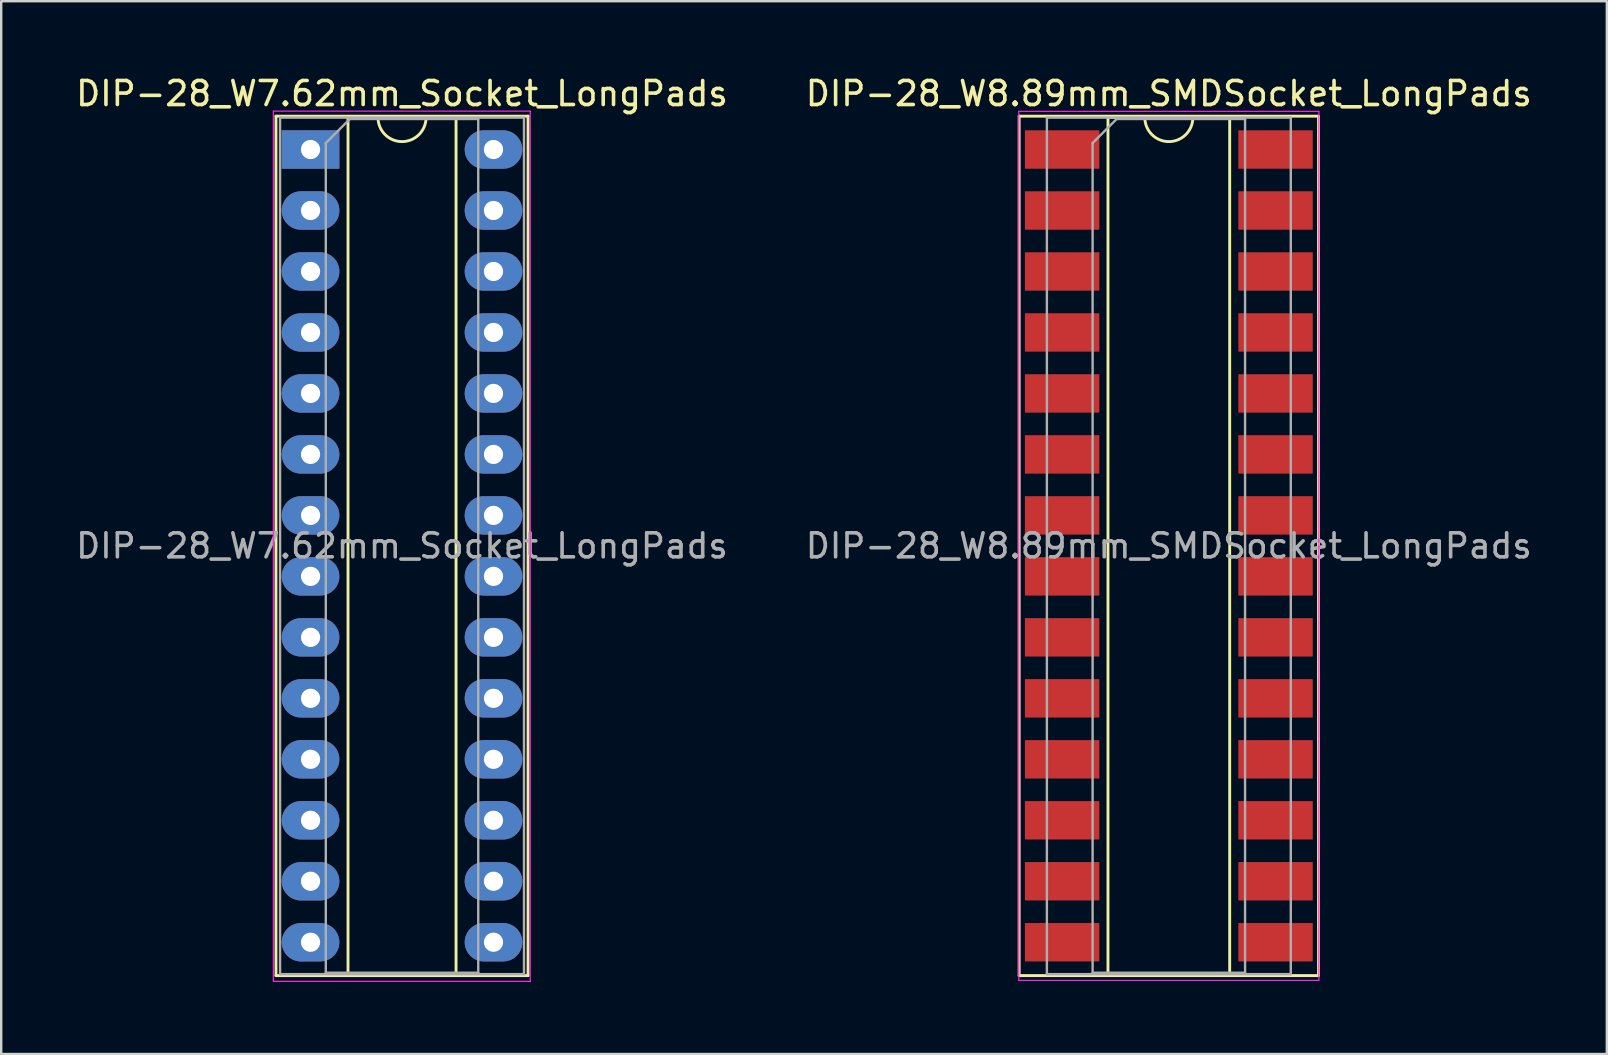
<source format=kicad_pcb>
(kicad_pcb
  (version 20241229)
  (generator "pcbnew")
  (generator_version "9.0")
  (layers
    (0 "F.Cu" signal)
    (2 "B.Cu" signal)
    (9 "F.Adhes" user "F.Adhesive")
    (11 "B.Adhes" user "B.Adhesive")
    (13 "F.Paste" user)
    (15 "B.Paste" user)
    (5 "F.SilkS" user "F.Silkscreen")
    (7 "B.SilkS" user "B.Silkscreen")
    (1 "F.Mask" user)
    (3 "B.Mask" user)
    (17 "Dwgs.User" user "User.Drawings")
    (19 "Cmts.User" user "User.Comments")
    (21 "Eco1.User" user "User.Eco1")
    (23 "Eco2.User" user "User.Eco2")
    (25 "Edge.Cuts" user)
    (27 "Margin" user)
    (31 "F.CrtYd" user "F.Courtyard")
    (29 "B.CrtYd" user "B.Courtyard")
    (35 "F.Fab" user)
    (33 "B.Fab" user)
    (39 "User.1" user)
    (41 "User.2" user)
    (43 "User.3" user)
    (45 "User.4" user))
  (footprint "DIP-28_W7.62mm_Socket_LongPads"
    (layer "F.Cu")
    (at 9.886 3.178)
    (property "Reference" "DIP-28_W7.62mm_Socket_LongPads" (at 3.81 -2.33 0) (layer "F.SilkS") (effects (font (size 1 1) (thickness 0.15))))
    (attr through_hole)
    (fp_line (start -1.44 -1.39) (end -1.44 34.41) (stroke (width 0.12) (type solid)) (layer "F.SilkS"))
    (fp_line (start -1.44 34.41) (end 9.06 34.41) (stroke (width 0.12) (type solid)) (layer "F.SilkS"))
    (fp_line (start 1.56 -1.33) (end 1.56 34.35) (stroke (width 0.12) (type solid)) (layer "F.SilkS"))
    (fp_line (start 1.56 34.35) (end 6.06 34.35) (stroke (width 0.12) (type solid)) (layer "F.SilkS"))
    (fp_line (start 2.81 -1.33) (end 1.56 -1.33) (stroke (width 0.12) (type solid)) (layer "F.SilkS"))
    (fp_line (start 6.06 -1.33) (end 4.81 -1.33) (stroke (width 0.12) (type solid)) (layer "F.SilkS"))
    (fp_line (start 6.06 34.35) (end 6.06 -1.33) (stroke (width 0.12) (type solid)) (layer "F.SilkS"))
    (fp_line (start 9.06 -1.39) (end -1.44 -1.39) (stroke (width 0.12) (type solid)) (layer "F.SilkS"))
    (fp_line (start 9.06 34.41) (end 9.06 -1.39) (stroke (width 0.12) (type solid)) (layer "F.SilkS"))
    (fp_arc (start 4.81 -1.33) (mid 3.81 -0.33) (end 2.81 -1.33) (stroke (width 0.12) (type solid)) (layer "F.SilkS"))
    (fp_line (start -1.55 -1.6) (end -1.55 34.65) (stroke (width 0.05) (type solid)) (layer "F.CrtYd"))
    (fp_line (start -1.55 34.65) (end 9.15 34.65) (stroke (width 0.05) (type solid)) (layer "F.CrtYd"))
    (fp_line (start 9.15 -1.6) (end -1.55 -1.6) (stroke (width 0.05) (type solid)) (layer "F.CrtYd"))
    (fp_line (start 9.15 34.65) (end 9.15 -1.6) (stroke (width 0.05) (type solid)) (layer "F.CrtYd"))
    (fp_line (start -1.27 -1.33) (end -1.27 34.35) (stroke (width 0.1) (type solid)) (layer "F.Fab"))
    (fp_line (start -1.27 34.35) (end 8.89 34.35) (stroke (width 0.1) (type solid)) (layer "F.Fab"))
    (fp_line (start 0.635 -0.27) (end 1.635 -1.27) (stroke (width 0.1) (type solid)) (layer "F.Fab"))
    (fp_line (start 0.635 34.29) (end 0.635 -0.27) (stroke (width 0.1) (type solid)) (layer "F.Fab"))
    (fp_line (start 1.635 -1.27) (end 6.985 -1.27) (stroke (width 0.1) (type solid)) (layer "F.Fab"))
    (fp_line (start 6.985 -1.27) (end 6.985 34.29) (stroke (width 0.1) (type solid)) (layer "F.Fab"))
    (fp_line (start 6.985 34.29) (end 0.635 34.29) (stroke (width 0.1) (type solid)) (layer "F.Fab"))
    (fp_line (start 8.89 -1.33) (end -1.27 -1.33) (stroke (width 0.1) (type solid)) (layer "F.Fab"))
    (fp_line (start 8.89 34.35) (end 8.89 -1.33) (stroke (width 0.1) (type solid)) (layer "F.Fab"))
    (fp_text user "${REFERENCE}" (at 3.81 16.51 0) (layer "F.Fab") (effects (font (size 1 1) (thickness 0.15))))
    (pad "1" thru_hole rect (at 0 0) (size 2.4 1.6) (drill 0.8) (layers "*.Cu" "*.Mask"))
    (pad "2" thru_hole oval (at 0 2.54) (size 2.4 1.6) (drill 0.8) (layers "*.Cu" "*.Mask"))
    (pad "3" thru_hole oval (at 0 5.08) (size 2.4 1.6) (drill 0.8) (layers "*.Cu" "*.Mask"))
    (pad "4" thru_hole oval (at 0 7.62) (size 2.4 1.6) (drill 0.8) (layers "*.Cu" "*.Mask"))
    (pad "5" thru_hole oval (at 0 10.16) (size 2.4 1.6) (drill 0.8) (layers "*.Cu" "*.Mask"))
    (pad "6" thru_hole oval (at 0 12.7) (size 2.4 1.6) (drill 0.8) (layers "*.Cu" "*.Mask"))
    (pad "7" thru_hole oval (at 0 15.24) (size 2.4 1.6) (drill 0.8) (layers "*.Cu" "*.Mask"))
    (pad "8" thru_hole oval (at 0 17.78) (size 2.4 1.6) (drill 0.8) (layers "*.Cu" "*.Mask"))
    (pad "9" thru_hole oval (at 0 20.32) (size 2.4 1.6) (drill 0.8) (layers "*.Cu" "*.Mask"))
    (pad "10" thru_hole oval (at 0 22.86) (size 2.4 1.6) (drill 0.8) (layers "*.Cu" "*.Mask"))
    (pad "11" thru_hole oval (at 0 25.4) (size 2.4 1.6) (drill 0.8) (layers "*.Cu" "*.Mask"))
    (pad "12" thru_hole oval (at 0 27.94) (size 2.4 1.6) (drill 0.8) (layers "*.Cu" "*.Mask"))
    (pad "13" thru_hole oval (at 0 30.48) (size 2.4 1.6) (drill 0.8) (layers "*.Cu" "*.Mask"))
    (pad "14" thru_hole oval (at 0 33.02) (size 2.4 1.6) (drill 0.8) (layers "*.Cu" "*.Mask"))
    (pad "15" thru_hole oval (at 7.62 33.02) (size 2.4 1.6) (drill 0.8) (layers "*.Cu" "*.Mask"))
    (pad "16" thru_hole oval (at 7.62 30.48) (size 2.4 1.6) (drill 0.8) (layers "*.Cu" "*.Mask"))
    (pad "17" thru_hole oval (at 7.62 27.94) (size 2.4 1.6) (drill 0.8) (layers "*.Cu" "*.Mask"))
    (pad "18" thru_hole oval (at 7.62 25.4) (size 2.4 1.6) (drill 0.8) (layers "*.Cu" "*.Mask"))
    (pad "19" thru_hole oval (at 7.62 22.86) (size 2.4 1.6) (drill 0.8) (layers "*.Cu" "*.Mask"))
    (pad "20" thru_hole oval (at 7.62 20.32) (size 2.4 1.6) (drill 0.8) (layers "*.Cu" "*.Mask"))
    (pad "21" thru_hole oval (at 7.62 17.78) (size 2.4 1.6) (drill 0.8) (layers "*.Cu" "*.Mask"))
    (pad "22" thru_hole oval (at 7.62 15.24) (size 2.4 1.6) (drill 0.8) (layers "*.Cu" "*.Mask"))
    (pad "23" thru_hole oval (at 7.62 12.7) (size 2.4 1.6) (drill 0.8) (layers "*.Cu" "*.Mask"))
    (pad "24" thru_hole oval (at 7.62 10.16) (size 2.4 1.6) (drill 0.8) (layers "*.Cu" "*.Mask"))
    (pad "25" thru_hole oval (at 7.62 7.62) (size 2.4 1.6) (drill 0.8) (layers "*.Cu" "*.Mask"))
    (pad "26" thru_hole oval (at 7.62 5.08) (size 2.4 1.6) (drill 0.8) (layers "*.Cu" "*.Mask"))
    (pad "27" thru_hole oval (at 7.62 2.54) (size 2.4 1.6) (drill 0.8) (layers "*.Cu" "*.Mask"))
    (pad "28" thru_hole oval (at 7.62 0) (size 2.4 1.6) (drill 0.8) (layers "*.Cu" "*.Mask")))
  (footprint "DIP-28_W8.89mm_SMDSocket_LongPads"
    (layer "F.Cu")
    (at 45.637 19.688)
    (property "Reference" "DIP-28_W8.89mm_SMDSocket_LongPads" (at 0 -18.84 0) (layer "F.SilkS") (effects (font (size 1 1) (thickness 0.15))))
    (attr smd)
    (fp_line (start -6.235 -17.9) (end -6.235 17.9) (stroke (width 0.12) (type solid)) (layer "F.SilkS"))
    (fp_line (start -6.235 17.9) (end 6.235 17.9) (stroke (width 0.12) (type solid)) (layer "F.SilkS"))
    (fp_line (start -2.535 -17.84) (end -2.535 17.84) (stroke (width 0.12) (type solid)) (layer "F.SilkS"))
    (fp_line (start -2.535 17.84) (end 2.535 17.84) (stroke (width 0.12) (type solid)) (layer "F.SilkS"))
    (fp_line (start -1 -17.84) (end -2.535 -17.84) (stroke (width 0.12) (type solid)) (layer "F.SilkS"))
    (fp_line (start 2.535 -17.84) (end 1 -17.84) (stroke (width 0.12) (type solid)) (layer "F.SilkS"))
    (fp_line (start 2.535 17.84) (end 2.535 -17.84) (stroke (width 0.12) (type solid)) (layer "F.SilkS"))
    (fp_line (start 6.235 -17.9) (end -6.235 -17.9) (stroke (width 0.12) (type solid)) (layer "F.SilkS"))
    (fp_line (start 6.235 17.9) (end 6.235 -17.9) (stroke (width 0.12) (type solid)) (layer "F.SilkS"))
    (fp_arc (start 1 -17.84) (mid 0 -16.84) (end -1 -17.84) (stroke (width 0.12) (type solid)) (layer "F.SilkS"))
    (fp_line (start -6.25 -18.1) (end -6.25 18.1) (stroke (width 0.05) (type solid)) (layer "F.CrtYd"))
    (fp_line (start -6.25 18.1) (end 6.25 18.1) (stroke (width 0.05) (type solid)) (layer "F.CrtYd"))
    (fp_line (start 6.25 -18.1) (end -6.25 -18.1) (stroke (width 0.05) (type solid)) (layer "F.CrtYd"))
    (fp_line (start 6.25 18.1) (end 6.25 -18.1) (stroke (width 0.05) (type solid)) (layer "F.CrtYd"))
    (fp_line (start -5.08 -17.84) (end -5.08 17.84) (stroke (width 0.1) (type solid)) (layer "F.Fab"))
    (fp_line (start -5.08 17.84) (end 5.08 17.84) (stroke (width 0.1) (type solid)) (layer "F.Fab"))
    (fp_line (start -3.175 -16.78) (end -2.175 -17.78) (stroke (width 0.1) (type solid)) (layer "F.Fab"))
    (fp_line (start -3.175 17.78) (end -3.175 -16.78) (stroke (width 0.1) (type solid)) (layer "F.Fab"))
    (fp_line (start -2.175 -17.78) (end 3.175 -17.78) (stroke (width 0.1) (type solid)) (layer "F.Fab"))
    (fp_line (start 3.175 -17.78) (end 3.175 17.78) (stroke (width 0.1) (type solid)) (layer "F.Fab"))
    (fp_line (start 3.175 17.78) (end -3.175 17.78) (stroke (width 0.1) (type solid)) (layer "F.Fab"))
    (fp_line (start 5.08 -17.84) (end -5.08 -17.84) (stroke (width 0.1) (type solid)) (layer "F.Fab"))
    (fp_line (start 5.08 17.84) (end 5.08 -17.84) (stroke (width 0.1) (type solid)) (layer "F.Fab"))
    (fp_text user "${REFERENCE}" (at 0 0 0) (layer "F.Fab") (effects (font (size 1 1) (thickness 0.15))))
    (pad "1" smd rect (at -4.445 -16.51) (size 3.1 1.6) (layers "F.Cu" "F.Mask" "F.Paste"))
    (pad "2" smd rect (at -4.445 -13.97) (size 3.1 1.6) (layers "F.Cu" "F.Mask" "F.Paste"))
    (pad "3" smd rect (at -4.445 -11.43) (size 3.1 1.6) (layers "F.Cu" "F.Mask" "F.Paste"))
    (pad "4" smd rect (at -4.445 -8.89) (size 3.1 1.6) (layers "F.Cu" "F.Mask" "F.Paste"))
    (pad "5" smd rect (at -4.445 -6.35) (size 3.1 1.6) (layers "F.Cu" "F.Mask" "F.Paste"))
    (pad "6" smd rect (at -4.445 -3.81) (size 3.1 1.6) (layers "F.Cu" "F.Mask" "F.Paste"))
    (pad "7" smd rect (at -4.445 -1.27) (size 3.1 1.6) (layers "F.Cu" "F.Mask" "F.Paste"))
    (pad "8" smd rect (at -4.445 1.27) (size 3.1 1.6) (layers "F.Cu" "F.Mask" "F.Paste"))
    (pad "9" smd rect (at -4.445 3.81) (size 3.1 1.6) (layers "F.Cu" "F.Mask" "F.Paste"))
    (pad "10" smd rect (at -4.445 6.35) (size 3.1 1.6) (layers "F.Cu" "F.Mask" "F.Paste"))
    (pad "11" smd rect (at -4.445 8.89) (size 3.1 1.6) (layers "F.Cu" "F.Mask" "F.Paste"))
    (pad "12" smd rect (at -4.445 11.43) (size 3.1 1.6) (layers "F.Cu" "F.Mask" "F.Paste"))
    (pad "13" smd rect (at -4.445 13.97) (size 3.1 1.6) (layers "F.Cu" "F.Mask" "F.Paste"))
    (pad "14" smd rect (at -4.445 16.51) (size 3.1 1.6) (layers "F.Cu" "F.Mask" "F.Paste"))
    (pad "15" smd rect (at 4.445 16.51) (size 3.1 1.6) (layers "F.Cu" "F.Mask" "F.Paste"))
    (pad "16" smd rect (at 4.445 13.97) (size 3.1 1.6) (layers "F.Cu" "F.Mask" "F.Paste"))
    (pad "17" smd rect (at 4.445 11.43) (size 3.1 1.6) (layers "F.Cu" "F.Mask" "F.Paste"))
    (pad "18" smd rect (at 4.445 8.89) (size 3.1 1.6) (layers "F.Cu" "F.Mask" "F.Paste"))
    (pad "19" smd rect (at 4.445 6.35) (size 3.1 1.6) (layers "F.Cu" "F.Mask" "F.Paste"))
    (pad "20" smd rect (at 4.445 3.81) (size 3.1 1.6) (layers "F.Cu" "F.Mask" "F.Paste"))
    (pad "21" smd rect (at 4.445 1.27) (size 3.1 1.6) (layers "F.Cu" "F.Mask" "F.Paste"))
    (pad "22" smd rect (at 4.445 -1.27) (size 3.1 1.6) (layers "F.Cu" "F.Mask" "F.Paste"))
    (pad "23" smd rect (at 4.445 -3.81) (size 3.1 1.6) (layers "F.Cu" "F.Mask" "F.Paste"))
    (pad "24" smd rect (at 4.445 -6.35) (size 3.1 1.6) (layers "F.Cu" "F.Mask" "F.Paste"))
    (pad "25" smd rect (at 4.445 -8.89) (size 3.1 1.6) (layers "F.Cu" "F.Mask" "F.Paste"))
    (pad "26" smd rect (at 4.445 -11.43) (size 3.1 1.6) (layers "F.Cu" "F.Mask" "F.Paste"))
    (pad "27" smd rect (at 4.445 -13.97) (size 3.1 1.6) (layers "F.Cu" "F.Mask" "F.Paste"))
    (pad "28" smd rect (at 4.445 -16.51) (size 3.1 1.6) (layers "F.Cu" "F.Mask" "F.Paste")))
  (gr_rect
    (start -3 -3)
    (end 63.881 40.853)
    (stroke (width 0.1) (type default))
    (fill no)
    (layer "Edge.Cuts")))
</source>
